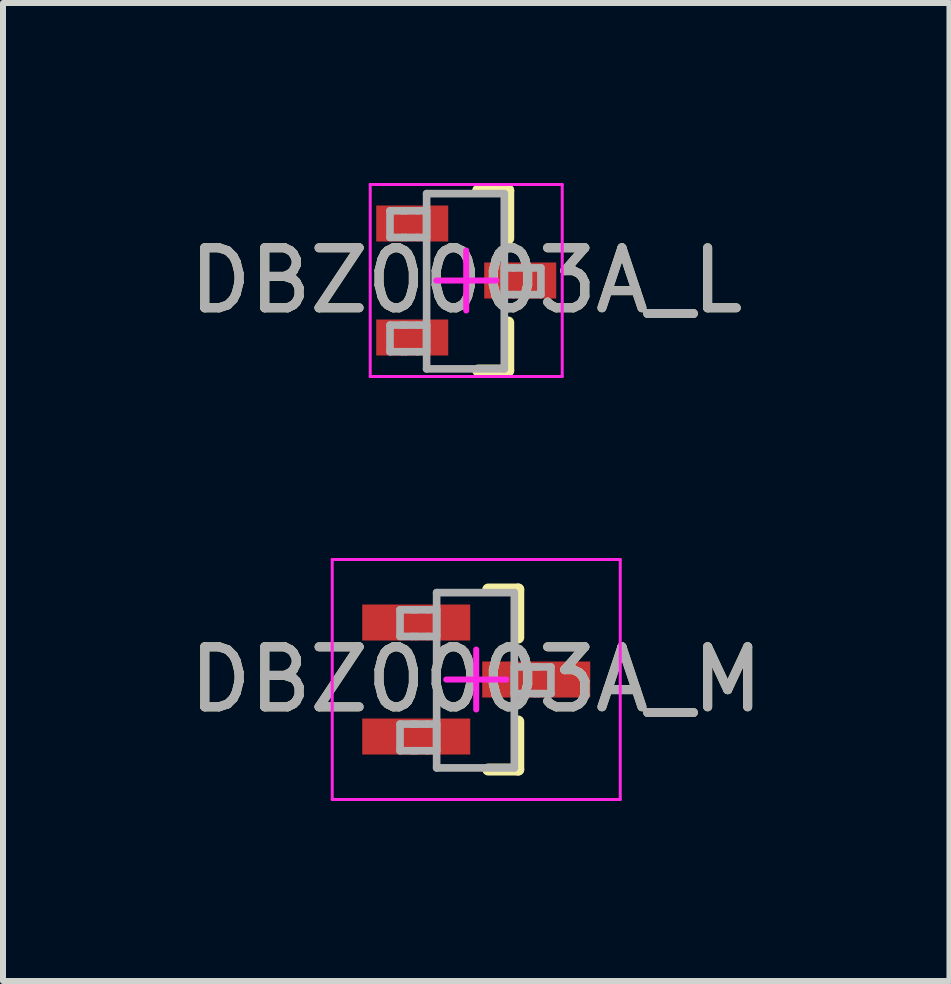
<source format=kicad_pcb>
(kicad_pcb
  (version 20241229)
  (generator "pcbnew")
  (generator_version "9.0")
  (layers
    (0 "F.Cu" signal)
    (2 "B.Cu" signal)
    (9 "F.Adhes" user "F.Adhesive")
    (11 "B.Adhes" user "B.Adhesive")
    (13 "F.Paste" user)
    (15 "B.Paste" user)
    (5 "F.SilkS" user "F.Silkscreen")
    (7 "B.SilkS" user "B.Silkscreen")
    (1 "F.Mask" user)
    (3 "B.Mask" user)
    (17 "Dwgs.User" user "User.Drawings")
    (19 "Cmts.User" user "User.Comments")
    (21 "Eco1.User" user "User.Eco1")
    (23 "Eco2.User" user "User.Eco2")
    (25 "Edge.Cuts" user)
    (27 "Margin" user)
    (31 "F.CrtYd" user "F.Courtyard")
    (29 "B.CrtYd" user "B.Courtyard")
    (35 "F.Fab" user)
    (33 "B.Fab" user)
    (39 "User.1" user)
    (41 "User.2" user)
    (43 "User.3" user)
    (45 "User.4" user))
  (footprint "DBZ0003A_M"
    (layer "F.Cu")
    (at 4.887 8.275)
    (property "Reference" "DBZ0003A_M" (at 0 0 0) (unlocked yes) (layer "F.SilkS") (effects (font (size 1 1) (thickness 0.15))))
    (attr smd)
    (fp_line (start 0.2 -1.5) (end 0.7 -1.5) (stroke (width 0.2) (type solid)) (layer "F.SilkS"))
    (fp_line (start 0.2 1.5) (end 0.7 1.5) (stroke (width 0.2) (type solid)) (layer "F.SilkS"))
    (fp_line (start 0.7 -0.7) (end 0.7 -1.5) (stroke (width 0.2) (type solid)) (layer "F.SilkS"))
    (fp_line (start 0.7 1.5) (end 0.7 0.7) (stroke (width 0.2) (type solid)) (layer "F.SilkS"))
    (fp_line (start -2.4 -2) (end 2.4 -2) (stroke (width 0.05) (type solid)) (layer "F.CrtYd"))
    (fp_line (start -2.4 2) (end -2.4 -2) (stroke (width 0.05) (type solid)) (layer "F.CrtYd"))
    (fp_line (start -2.4 2) (end 2.4 2) (stroke (width 0.05) (type solid)) (layer "F.CrtYd"))
    (fp_line (start -0.5 0) (end 0.5 0) (stroke (width 0.1) (type solid)) (layer "F.CrtYd"))
    (fp_line (start 0 0.5) (end 0 -0.5) (stroke (width 0.1) (type solid)) (layer "F.CrtYd"))
    (fp_line (start 2.4 2) (end 2.4 -2) (stroke (width 0.05) (type solid)) (layer "F.CrtYd"))
    (fp_line (start -1.27 -1.162) (end -1.063 -1.162) (stroke (width 0.127) (type solid)) (layer "F.Fab"))
    (fp_line (start -1.27 -0.718) (end -1.27 -1.162) (stroke (width 0.127) (type solid)) (layer "F.Fab"))
    (fp_line (start -1.27 -0.718) (end -1.063 -0.718) (stroke (width 0.127) (type solid)) (layer "F.Fab"))
    (fp_line (start -1.27 0.743) (end -1.063 0.743) (stroke (width 0.127) (type solid)) (layer "F.Fab"))
    (fp_line (start -1.27 1.187) (end -1.27 0.743) (stroke (width 0.127) (type solid)) (layer "F.Fab"))
    (fp_line (start -1.27 1.187) (end -1.063 1.187) (stroke (width 0.127) (type solid)) (layer "F.Fab"))
    (fp_line (start -1.063 -1.162) (end -1.005 -1.162) (stroke (width 0.127) (type solid)) (layer "F.Fab"))
    (fp_line (start -1.063 -0.718) (end -1.005 -0.718) (stroke (width 0.127) (type solid)) (layer "F.Fab"))
    (fp_line (start -1.063 0.743) (end -1.005 0.743) (stroke (width 0.127) (type solid)) (layer "F.Fab"))
    (fp_line (start -1.063 1.187) (end -1.005 1.187) (stroke (width 0.127) (type solid)) (layer "F.Fab"))
    (fp_line (start -1.005 -1.162) (end -0.814 -1.162) (stroke (width 0.127) (type solid)) (layer "F.Fab"))
    (fp_line (start -1.005 -0.718) (end -0.814 -0.718) (stroke (width 0.127) (type solid)) (layer "F.Fab"))
    (fp_line (start -1.005 0.743) (end -0.814 0.743) (stroke (width 0.127) (type solid)) (layer "F.Fab"))
    (fp_line (start -1.005 1.187) (end -0.814 1.187) (stroke (width 0.127) (type solid)) (layer "F.Fab"))
    (fp_line (start -0.814 -1.162) (end -0.66 -1.162) (stroke (width 0.127) (type solid)) (layer "F.Fab"))
    (fp_line (start -0.814 -0.718) (end -0.66 -0.718) (stroke (width 0.127) (type solid)) (layer "F.Fab"))
    (fp_line (start -0.814 0.743) (end -0.66 0.743) (stroke (width 0.127) (type solid)) (layer "F.Fab"))
    (fp_line (start -0.814 1.187) (end -0.66 1.187) (stroke (width 0.127) (type solid)) (layer "F.Fab"))
    (fp_line (start -0.66 -1.448) (end 0.635 -1.448) (stroke (width 0.127) (type solid)) (layer "F.Fab"))
    (fp_line (start -0.66 -0.718) (end -0.66 -1.162) (stroke (width 0.127) (type solid)) (layer "F.Fab"))
    (fp_line (start -0.66 1.187) (end -0.66 0.743) (stroke (width 0.127) (type solid)) (layer "F.Fab"))
    (fp_line (start -0.66 1.473) (end -0.66 -1.448) (stroke (width 0.127) (type solid)) (layer "F.Fab"))
    (fp_line (start -0.66 1.473) (end 0.635 1.473) (stroke (width 0.127) (type solid)) (layer "F.Fab"))
    (fp_line (start 0.635 -0.21) (end 0.789 -0.21) (stroke (width 0.127) (type solid)) (layer "F.Fab"))
    (fp_line (start 0.635 0.235) (end 0.635 -0.21) (stroke (width 0.127) (type solid)) (layer "F.Fab"))
    (fp_line (start 0.635 0.235) (end 0.789 0.235) (stroke (width 0.127) (type solid)) (layer "F.Fab"))
    (fp_line (start 0.635 1.473) (end 0.635 -1.448) (stroke (width 0.127) (type solid)) (layer "F.Fab"))
    (fp_line (start 0.789 -0.21) (end 0.98 -0.21) (stroke (width 0.127) (type solid)) (layer "F.Fab"))
    (fp_line (start 0.789 0.235) (end 0.98 0.235) (stroke (width 0.127) (type solid)) (layer "F.Fab"))
    (fp_line (start 0.98 -0.21) (end 1.037 -0.21) (stroke (width 0.127) (type solid)) (layer "F.Fab"))
    (fp_line (start 0.98 0.235) (end 1.037 0.235) (stroke (width 0.127) (type solid)) (layer "F.Fab"))
    (fp_line (start 1.037 -0.21) (end 1.245 -0.21) (stroke (width 0.127) (type solid)) (layer "F.Fab"))
    (fp_line (start 1.037 0.235) (end 1.245 0.235) (stroke (width 0.127) (type solid)) (layer "F.Fab"))
    (fp_line (start 1.245 0.235) (end 1.245 -0.21) (stroke (width 0.127) (type solid)) (layer "F.Fab"))
    (fp_text user "${REFERENCE}" (at 0 0 0) (unlocked yes) (layer "F.Fab") (effects (font (size 1 1) (thickness 0.15))))
    (pad "1" smd rect (at -1 -0.95 90) (size 0.6 1.8) (layers "F.Cu" "F.Mask" "F.Paste"))
    (pad "2" smd rect (at -1 0.95 90) (size 0.6 1.8) (layers "F.Cu" "F.Mask" "F.Paste"))
    (pad "3" smd rect (at 1 0 90) (size 0.6 1.8) (layers "F.Cu" "F.Mask" "F.Paste")))
  (footprint "DBZ0003A_L"
    (layer "F.Cu")
    (at 4.72 1.625)
    (property "Reference" "DBZ0003A_L" (at 0 0 0) (unlocked yes) (layer "F.SilkS") (effects (font (size 1 1) (thickness 0.15))))
    (attr smd)
    (fp_line (start 0.2 -1.5) (end 0.7 -1.5) (stroke (width 0.2) (type solid)) (layer "F.SilkS"))
    (fp_line (start 0.2 1.5) (end 0.7 1.5) (stroke (width 0.2) (type solid)) (layer "F.SilkS"))
    (fp_line (start 0.7 -0.7) (end 0.7 -1.5) (stroke (width 0.2) (type solid)) (layer "F.SilkS"))
    (fp_line (start 0.7 1.5) (end 0.7 0.7) (stroke (width 0.2) (type solid)) (layer "F.SilkS"))
    (fp_line (start -1.6 -1.6) (end 1.6 -1.6) (stroke (width 0.05) (type solid)) (layer "F.CrtYd"))
    (fp_line (start -1.6 1.6) (end -1.6 -1.6) (stroke (width 0.05) (type solid)) (layer "F.CrtYd"))
    (fp_line (start -1.6 1.6) (end 1.6 1.6) (stroke (width 0.05) (type solid)) (layer "F.CrtYd"))
    (fp_line (start -0.5 0) (end 0.5 0) (stroke (width 0.1) (type solid)) (layer "F.CrtYd"))
    (fp_line (start 0.000003 0.5) (end 0.000003 -0.5) (stroke (width 0.1) (type solid)) (layer "F.CrtYd"))
    (fp_line (start 1.6 1.6) (end 1.6 -1.6) (stroke (width 0.05) (type solid)) (layer "F.CrtYd"))
    (fp_line (start -1.27 -1.162) (end -1.063 -1.162) (stroke (width 0.127) (type solid)) (layer "F.Fab"))
    (fp_line (start -1.27 -0.718) (end -1.27 -1.162) (stroke (width 0.127) (type solid)) (layer "F.Fab"))
    (fp_line (start -1.27 -0.718) (end -1.063 -0.718) (stroke (width 0.127) (type solid)) (layer "F.Fab"))
    (fp_line (start -1.27 0.743) (end -1.063 0.743) (stroke (width 0.127) (type solid)) (layer "F.Fab"))
    (fp_line (start -1.27 1.187) (end -1.27 0.743) (stroke (width 0.127) (type solid)) (layer "F.Fab"))
    (fp_line (start -1.27 1.187) (end -1.063 1.187) (stroke (width 0.127) (type solid)) (layer "F.Fab"))
    (fp_line (start -1.063 -1.162) (end -1.005 -1.162) (stroke (width 0.127) (type solid)) (layer "F.Fab"))
    (fp_line (start -1.063 -0.718) (end -1.005 -0.718) (stroke (width 0.127) (type solid)) (layer "F.Fab"))
    (fp_line (start -1.063 0.743) (end -1.005 0.743) (stroke (width 0.127) (type solid)) (layer "F.Fab"))
    (fp_line (start -1.063 1.187) (end -1.005 1.187) (stroke (width 0.127) (type solid)) (layer "F.Fab"))
    (fp_line (start -1.005 -1.162) (end -0.814 -1.162) (stroke (width 0.127) (type solid)) (layer "F.Fab"))
    (fp_line (start -1.005 -0.718) (end -0.814 -0.718) (stroke (width 0.127) (type solid)) (layer "F.Fab"))
    (fp_line (start -1.005 0.743) (end -0.814 0.743) (stroke (width 0.127) (type solid)) (layer "F.Fab"))
    (fp_line (start -1.005 1.187) (end -0.814 1.187) (stroke (width 0.127) (type solid)) (layer "F.Fab"))
    (fp_line (start -0.814 -1.162) (end -0.66 -1.162) (stroke (width 0.127) (type solid)) (layer "F.Fab"))
    (fp_line (start -0.814 -0.718) (end -0.66 -0.718) (stroke (width 0.127) (type solid)) (layer "F.Fab"))
    (fp_line (start -0.814 0.743) (end -0.66 0.743) (stroke (width 0.127) (type solid)) (layer "F.Fab"))
    (fp_line (start -0.814 1.187) (end -0.66 1.187) (stroke (width 0.127) (type solid)) (layer "F.Fab"))
    (fp_line (start -0.66 -1.448) (end 0.635 -1.448) (stroke (width 0.127) (type solid)) (layer "F.Fab"))
    (fp_line (start -0.66 -0.718) (end -0.66 -1.162) (stroke (width 0.127) (type solid)) (layer "F.Fab"))
    (fp_line (start -0.66 1.187) (end -0.66 0.743) (stroke (width 0.127) (type solid)) (layer "F.Fab"))
    (fp_line (start -0.66 1.473) (end -0.66 -1.448) (stroke (width 0.127) (type solid)) (layer "F.Fab"))
    (fp_line (start -0.66 1.473) (end 0.635 1.473) (stroke (width 0.127) (type solid)) (layer "F.Fab"))
    (fp_line (start 0.635 -0.21) (end 0.789 -0.21) (stroke (width 0.127) (type solid)) (layer "F.Fab"))
    (fp_line (start 0.635 0.235) (end 0.635 -0.21) (stroke (width 0.127) (type solid)) (layer "F.Fab"))
    (fp_line (start 0.635 0.235) (end 0.789 0.235) (stroke (width 0.127) (type solid)) (layer "F.Fab"))
    (fp_line (start 0.635 1.473) (end 0.635 -1.448) (stroke (width 0.127) (type solid)) (layer "F.Fab"))
    (fp_line (start 0.789 -0.21) (end 0.98 -0.21) (stroke (width 0.127) (type solid)) (layer "F.Fab"))
    (fp_line (start 0.789 0.235) (end 0.98 0.235) (stroke (width 0.127) (type solid)) (layer "F.Fab"))
    (fp_line (start 0.98 -0.21) (end 1.037 -0.21) (stroke (width 0.127) (type solid)) (layer "F.Fab"))
    (fp_line (start 0.98 0.235) (end 1.037 0.235) (stroke (width 0.127) (type solid)) (layer "F.Fab"))
    (fp_line (start 1.037 -0.21) (end 1.245 -0.21) (stroke (width 0.127) (type solid)) (layer "F.Fab"))
    (fp_line (start 1.037 0.235) (end 1.245 0.235) (stroke (width 0.127) (type solid)) (layer "F.Fab"))
    (fp_line (start 1.245 0.235) (end 1.245 -0.21) (stroke (width 0.127) (type solid)) (layer "F.Fab"))
    (fp_text user "${REFERENCE}" (at 0 0 0) (unlocked yes) (layer "F.Fab") (effects (font (size 1 1) (thickness 0.15))))
    (pad "1" smd rect (at -0.9 -0.95 90) (size 0.6 1.2) (layers "F.Cu" "F.Mask" "F.Paste"))
    (pad "2" smd rect (at -0.9 0.95 90) (size 0.6 1.2) (layers "F.Cu" "F.Mask" "F.Paste"))
    (pad "3" smd rect (at 0.9 0 90) (size 0.6 1.2) (layers "F.Cu" "F.Mask" "F.Paste")))
  (gr_rect
    (start -3 -3)
    (end 12.774 13.3)
    (stroke (width 0.1) (type default))
    (fill no)
    (layer "Edge.Cuts")))
</source>
